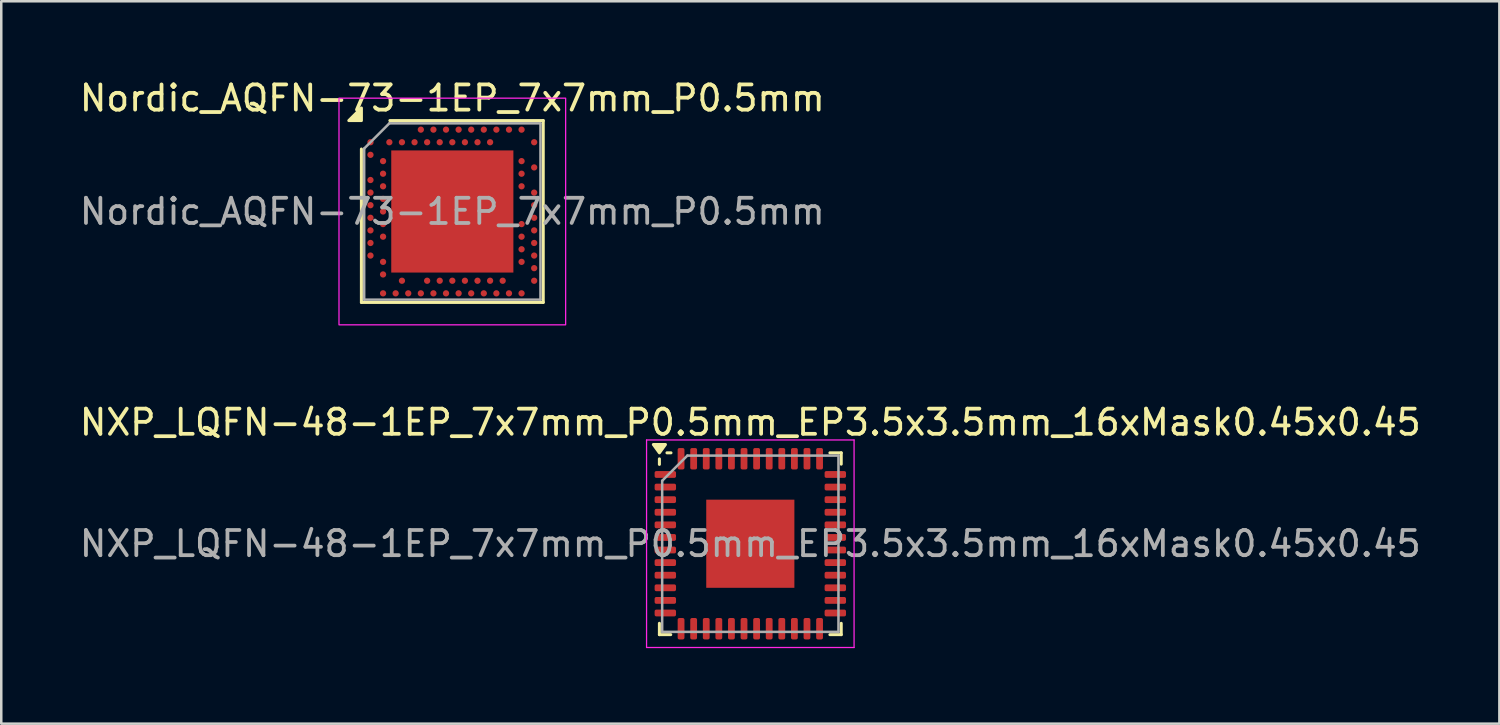
<source format=kicad_pcb>
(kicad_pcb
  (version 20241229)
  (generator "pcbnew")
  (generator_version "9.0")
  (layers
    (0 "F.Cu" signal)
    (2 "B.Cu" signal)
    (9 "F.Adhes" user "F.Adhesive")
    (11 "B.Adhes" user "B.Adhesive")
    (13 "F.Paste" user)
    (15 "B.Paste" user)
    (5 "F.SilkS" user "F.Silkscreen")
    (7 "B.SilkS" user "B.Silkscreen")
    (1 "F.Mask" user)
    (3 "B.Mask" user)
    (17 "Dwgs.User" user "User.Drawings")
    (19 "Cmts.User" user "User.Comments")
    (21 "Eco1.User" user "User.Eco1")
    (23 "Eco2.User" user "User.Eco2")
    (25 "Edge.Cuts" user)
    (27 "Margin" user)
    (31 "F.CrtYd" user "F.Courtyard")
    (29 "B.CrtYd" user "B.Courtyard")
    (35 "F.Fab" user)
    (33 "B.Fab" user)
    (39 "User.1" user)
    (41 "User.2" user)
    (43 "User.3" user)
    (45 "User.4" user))
  (footprint "Nordic_AQFN-73-1EP_7x7mm_P0.5mm"
    (layer "F.Cu")
    (at 14.911 5.348)
    (property "Reference" "Nordic_AQFN-73-1EP_7x7mm_P0.5mm" (at 0 -4.5 0) (layer "F.SilkS") (effects (font (size 1 1) (thickness 0.15))))
    (attr smd)
    (fp_line (start -3.61 -2.48) (end -3.61 3.61) (stroke (width 0.12) (type solid)) (layer "F.SilkS"))
    (fp_line (start -3.61 3.61) (end 3.61 3.61) (stroke (width 0.12) (type solid)) (layer "F.SilkS"))
    (fp_line (start 3.61 -3.61) (end -2.48 -3.61) (stroke (width 0.12) (type solid)) (layer "F.SilkS"))
    (fp_line (start 3.61 3.61) (end 3.61 -3.61) (stroke (width 0.12) (type solid)) (layer "F.SilkS"))
    (fp_poly (pts (xy -3.61 -3.61) (xy -4.11 -3.61) (xy -3.61 -4.11) (xy -3.61 -3.61)) (stroke (width 0.12) (type solid)) (fill yes) (layer "F.SilkS"))
    (fp_rect (start 4.5 -4.5) (end -4.5 4.5) (stroke (width 0.05) (type default)) (fill no) (layer "F.CrtYd"))
    (fp_line (start -3.5 -2.5) (end -3.5 3.5) (stroke (width 0.1) (type solid)) (layer "F.Fab"))
    (fp_line (start -3.5 -2.5) (end -2.5 -3.5) (stroke (width 0.1) (type default)) (layer "F.Fab"))
    (fp_line (start -3.5 3.5) (end 3.5 3.5) (stroke (width 0.1) (type solid)) (layer "F.Fab"))
    (fp_line (start -2.5 -3.5) (end 3.5 -3.5) (stroke (width 0.1) (type solid)) (layer "F.Fab"))
    (fp_line (start 3.5 -3.5) (end 3.5 3.5) (stroke (width 0.1) (type solid)) (layer "F.Fab"))
    (fp_text user "${REFERENCE}" (at 0 0 0) (layer "F.Fab") (effects (font (size 1 1) (thickness 0.15))))
    (pad "" smd rect (at -1.212 -1.212 180) (size 2 2) (layers "F.Paste"))
    (pad "" smd rect (at -1.212 1.212 180) (size 2 2) (layers "F.Paste"))
    (pad "" smd rect (at 1.212 -1.212 180) (size 2 2) (layers "F.Paste"))
    (pad "" smd rect (at 1.212 1.212 180) (size 2 2) (layers "F.Paste"))
    (pad "A8" smd circle (at -1.25 -3.25 180) (size 0.25 0.25) (property pad_prop_bga) (layers "F.Cu" "F.Mask" "F.Paste"))
    (pad "A10" smd circle (at -0.75 -3.25 180) (size 0.25 0.25) (property pad_prop_bga) (layers "F.Cu" "F.Mask" "F.Paste"))
    (pad "A12" smd circle (at -0.25 -3.25 180) (size 0.25 0.25) (property pad_prop_bga) (layers "F.Cu" "F.Mask" "F.Paste"))
    (pad "A14" smd circle (at 0.25 -3.25 180) (size 0.25 0.25) (property pad_prop_bga) (layers "F.Cu" "F.Mask" "F.Paste"))
    (pad "A16" smd circle (at 0.75 -3.25 180) (size 0.25 0.25) (property pad_prop_bga) (layers "F.Cu" "F.Mask" "F.Paste"))
    (pad "A18" smd circle (at 1.25 -3.25 180) (size 0.25 0.25) (property pad_prop_bga) (layers "F.Cu" "F.Mask" "F.Paste"))
    (pad "A20" smd circle (at 1.75 -3.25 180) (size 0.25 0.25) (property pad_prop_bga) (layers "F.Cu" "F.Mask" "F.Paste"))
    (pad "A22" smd circle (at 2.25 -3.25 180) (size 0.25 0.25) (property pad_prop_bga) (layers "F.Cu" "F.Mask" "F.Paste"))
    (pad "A23" smd circle (at 2.75 -3.25 180) (size 0.25 0.25) (property pad_prop_bga) (layers "F.Cu" "F.Mask" "F.Paste"))
    (pad "AA24" smd circle (at 3.25 2.25 180) (size 0.25 0.25) (property pad_prop_bga) (layers "F.Cu" "F.Mask" "F.Paste"))
    (pad "AB2" smd circle (at -2.75 2.5 180) (size 0.25 0.25) (property pad_prop_bga) (layers "F.Cu" "F.Mask" "F.Paste"))
    (pad "AC5" smd circle (at -2 2.75 180) (size 0.25 0.25) (property pad_prop_bga) (layers "F.Cu" "F.Mask" "F.Paste"))
    (pad "AC9" smd circle (at -1 2.75 180) (size 0.25 0.25) (property pad_prop_bga) (layers "F.Cu" "F.Mask" "F.Paste"))
    (pad "AC11" smd circle (at -0.5 2.75 180) (size 0.25 0.25) (property pad_prop_bga) (layers "F.Cu" "F.Mask" "F.Paste"))
    (pad "AC13" smd circle (at 0 2.75 180) (size 0.25 0.25) (property pad_prop_bga) (layers "F.Cu" "F.Mask" "F.Paste"))
    (pad "AC15" smd circle (at 0.5 2.75 180) (size 0.25 0.25) (property pad_prop_bga) (layers "F.Cu" "F.Mask" "F.Paste"))
    (pad "AC17" smd circle (at 1 2.75 180) (size 0.25 0.25) (property pad_prop_bga) (layers "F.Cu" "F.Mask" "F.Paste"))
    (pad "AC19" smd circle (at 1.5 2.75 180) (size 0.25 0.25) (property pad_prop_bga) (layers "F.Cu" "F.Mask" "F.Paste"))
    (pad "AC21" smd circle (at 2 2.75 180) (size 0.25 0.25) (property pad_prop_bga) (layers "F.Cu" "F.Mask" "F.Paste"))
    (pad "AC24" smd circle (at 3.25 2.75 180) (size 0.25 0.25) (property pad_prop_bga) (layers "F.Cu" "F.Mask" "F.Paste"))
    (pad "AD2" smd circle (at -2.75 3.25 180) (size 0.25 0.25) (property pad_prop_bga) (layers "F.Cu" "F.Mask" "F.Paste"))
    (pad "AD4" smd circle (at -2.25 3.25 180) (size 0.25 0.25) (property pad_prop_bga) (layers "F.Cu" "F.Mask" "F.Paste"))
    (pad "AD6" smd circle (at -1.75 3.25 180) (size 0.25 0.25) (property pad_prop_bga) (layers "F.Cu" "F.Mask" "F.Paste"))
    (pad "AD8" smd circle (at -1.25 3.25 180) (size 0.25 0.25) (property pad_prop_bga) (layers "F.Cu" "F.Mask" "F.Paste"))
    (pad "AD10" smd circle (at -0.75 3.25 180) (size 0.25 0.25) (property pad_prop_bga) (layers "F.Cu" "F.Mask" "F.Paste"))
    (pad "AD12" smd circle (at -0.25 3.25 180) (size 0.25 0.25) (property pad_prop_bga) (layers "F.Cu" "F.Mask" "F.Paste"))
    (pad "AD14" smd circle (at 0.25 3.25 180) (size 0.25 0.25) (property pad_prop_bga) (layers "F.Cu" "F.Mask" "F.Paste"))
    (pad "AD16" smd circle (at 0.75 3.25 180) (size 0.25 0.25) (property pad_prop_bga) (layers "F.Cu" "F.Mask" "F.Paste"))
    (pad "AD18" smd circle (at 1.25 3.25 180) (size 0.25 0.25) (property pad_prop_bga) (layers "F.Cu" "F.Mask" "F.Paste"))
    (pad "AD20" smd circle (at 1.75 3.25 180) (size 0.25 0.25) (property pad_prop_bga) (layers "F.Cu" "F.Mask" "F.Paste"))
    (pad "AD22" smd circle (at 2.25 3.25 180) (size 0.25 0.25) (property pad_prop_bga) (layers "F.Cu" "F.Mask" "F.Paste"))
    (pad "AD23" smd circle (at 2.75 3.25 180) (size 0.25 0.25) (property pad_prop_bga) (layers "F.Cu" "F.Mask" "F.Paste"))
    (pad "B1" smd circle (at -3.25 -2.75 180) (size 0.25 0.25) (property pad_prop_bga) (layers "F.Cu" "F.Mask" "F.Paste"))
    (pad "B3" smd circle (at -2.5 -2.75 180) (size 0.25 0.25) (property pad_prop_bga) (layers "F.Cu" "F.Mask" "F.Paste"))
    (pad "B5" smd circle (at -2 -2.75 180) (size 0.25 0.25) (property pad_prop_bga) (layers "F.Cu" "F.Mask" "F.Paste"))
    (pad "B7" smd circle (at -1.5 -2.75 180) (size 0.25 0.25) (property pad_prop_bga) (layers "F.Cu" "F.Mask" "F.Paste"))
    (pad "B9" smd circle (at -1 -2.75 180) (size 0.25 0.25) (property pad_prop_bga) (layers "F.Cu" "F.Mask" "F.Paste"))
    (pad "B11" smd circle (at -0.5 -2.75 180) (size 0.25 0.25) (property pad_prop_bga) (layers "F.Cu" "F.Mask" "F.Paste"))
    (pad "B13" smd circle (at 0 -2.75 180) (size 0.25 0.25) (property pad_prop_bga) (layers "F.Cu" "F.Mask" "F.Paste"))
    (pad "B15" smd circle (at 0.5 -2.75 180) (size 0.25 0.25) (property pad_prop_bga) (layers "F.Cu" "F.Mask" "F.Paste"))
    (pad "B17" smd circle (at 1 -2.75 180) (size 0.25 0.25) (property pad_prop_bga) (layers "F.Cu" "F.Mask" "F.Paste"))
    (pad "B19" smd circle (at 1.5 -2.75 180) (size 0.25 0.25) (property pad_prop_bga) (layers "F.Cu" "F.Mask" "F.Paste"))
    (pad "B24" smd circle (at 3.25 -2.75 180) (size 0.25 0.25) (property pad_prop_bga) (layers "F.Cu" "F.Mask" "F.Paste"))
    (pad "C1" smd circle (at -3.25 -2.25 180) (size 0.25 0.25) (property pad_prop_bga) (layers "F.Cu" "F.Mask" "F.Paste"))
    (pad "D2" smd circle (at -2.75 -2 180) (size 0.25 0.25) (property pad_prop_bga) (layers "F.Cu" "F.Mask" "F.Paste"))
    (pad "D23" smd circle (at 2.75 -2 180) (size 0.25 0.25) (property pad_prop_bga) (layers "F.Cu" "F.Mask" "F.Paste"))
    (pad "E24" smd circle (at 3.25 -1.75 180) (size 0.25 0.25) (property pad_prop_bga) (layers "F.Cu" "F.Mask" "F.Paste"))
    (pad "EP" smd rect (at 0 0 180) (size 4.85 4.85) (layers "F.Cu" "F.Mask"))
    (pad "F2" smd circle (at -2.75 -1.5 180) (size 0.25 0.25) (property pad_prop_bga) (layers "F.Cu" "F.Mask" "F.Paste"))
    (pad "F23" smd circle (at 2.75 -1.5 180) (size 0.25 0.25) (property pad_prop_bga) (layers "F.Cu" "F.Mask" "F.Paste"))
    (pad "G1" smd circle (at -3.25 -1.25 180) (size 0.25 0.25) (property pad_prop_bga) (layers "F.Cu" "F.Mask" "F.Paste"))
    (pad "H2" smd circle (at -2.75 -1 180) (size 0.25 0.25) (property pad_prop_bga) (layers "F.Cu" "F.Mask" "F.Paste"))
    (pad "H23" smd circle (at 2.75 -1 180) (size 0.25 0.25) (property pad_prop_bga) (layers "F.Cu" "F.Mask" "F.Paste"))
    (pad "J1" smd circle (at -3.25 -0.75 180) (size 0.25 0.25) (property pad_prop_bga) (layers "F.Cu" "F.Mask" "F.Paste"))
    (pad "J24" smd circle (at 3.25 -0.75 180) (size 0.25 0.25) (property pad_prop_bga) (layers "F.Cu" "F.Mask" "F.Paste"))
    (pad "K2" smd circle (at -2.75 -0.5 180) (size 0.25 0.25) (property pad_prop_bga) (layers "F.Cu" "F.Mask" "F.Paste"))
    (pad "L1" smd circle (at -3.25 -0.25 180) (size 0.25 0.25) (property pad_prop_bga) (layers "F.Cu" "F.Mask" "F.Paste"))
    (pad "L24" smd circle (at 3.25 -0.25 180) (size 0.25 0.25) (property pad_prop_bga) (layers "F.Cu" "F.Mask" "F.Paste"))
    (pad "M2" smd circle (at -2.75 0 180) (size 0.25 0.25) (property pad_prop_bga) (layers "F.Cu" "F.Mask" "F.Paste"))
    (pad "N1" smd circle (at -3.25 0.25 180) (size 0.25 0.25) (property pad_prop_bga) (layers "F.Cu" "F.Mask" "F.Paste"))
    (pad "N24" smd circle (at 3.25 0.25 180) (size 0.25 0.25) (property pad_prop_bga) (layers "F.Cu" "F.Mask" "F.Paste"))
    (pad "P2" smd circle (at -2.75 0.5 180) (size 0.25 0.25) (property pad_prop_bga) (layers "F.Cu" "F.Mask" "F.Paste"))
    (pad "P23" smd circle (at 2.75 0.5 180) (size 0.25 0.25) (property pad_prop_bga) (layers "F.Cu" "F.Mask" "F.Paste"))
    (pad "R1" smd circle (at -3.25 0.75 180) (size 0.25 0.25) (property pad_prop_bga) (layers "F.Cu" "F.Mask" "F.Paste"))
    (pad "R24" smd circle (at 3.25 0.75 180) (size 0.25 0.25) (property pad_prop_bga) (layers "F.Cu" "F.Mask" "F.Paste"))
    (pad "T2" smd circle (at -2.75 1 180) (size 0.25 0.25) (property pad_prop_bga) (layers "F.Cu" "F.Mask" "F.Paste"))
    (pad "T23" smd circle (at 2.75 1 180) (size 0.25 0.25) (property pad_prop_bga) (layers "F.Cu" "F.Mask" "F.Paste"))
    (pad "U1" smd circle (at -3.25 1.25 180) (size 0.25 0.25) (property pad_prop_bga) (layers "F.Cu" "F.Mask" "F.Paste"))
    (pad "U24" smd circle (at 3.25 1.25 180) (size 0.25 0.25) (property pad_prop_bga) (layers "F.Cu" "F.Mask" "F.Paste"))
    (pad "V23" smd circle (at 2.75 1.5 180) (size 0.25 0.25) (property pad_prop_bga) (layers "F.Cu" "F.Mask" "F.Paste"))
    (pad "W1" smd circle (at -3.25 1.75 180) (size 0.25 0.25) (property pad_prop_bga) (layers "F.Cu" "F.Mask" "F.Paste"))
    (pad "W24" smd circle (at 3.25 1.75 180) (size 0.25 0.25) (property pad_prop_bga) (layers "F.Cu" "F.Mask" "F.Paste"))
    (pad "Y2" smd circle (at -2.75 2 180) (size 0.25 0.25) (property pad_prop_bga) (layers "F.Cu" "F.Mask" "F.Paste"))
    (pad "Y23" smd circle (at 2.75 2 180) (size 0.25 0.25) (property pad_prop_bga) (layers "F.Cu" "F.Mask" "F.Paste")))
  (footprint "NXP_LQFN-48-1EP_7x7mm_P0.5mm_EP3.5x3.5mm_16xMask0.45x0.45"
    (layer "F.Cu")
    (at 26.744 18.541)
    (property "Reference" "NXP_LQFN-48-1EP_7x7mm_P0.5mm_EP3.5x3.5mm_16xMask0.45x0.45" (at 0 -4.82 0) (layer "F.SilkS") (effects (font (size 1 1) (thickness 0.15))))
    (attr smd)
    (fp_line (start -3.61 -3.37) (end -3.61 -3.15) (stroke (width 0.12) (type solid)) (layer "F.SilkS"))
    (fp_line (start -3.61 3.61) (end -3.61 3.16) (stroke (width 0.12) (type solid)) (layer "F.SilkS"))
    (fp_line (start -3.16 3.61) (end -3.61 3.61) (stroke (width 0.12) (type solid)) (layer "F.SilkS"))
    (fp_line (start -3.15 -3.61) (end -3.31 -3.61) (stroke (width 0.12) (type solid)) (layer "F.SilkS"))
    (fp_line (start 3.16 -3.61) (end 3.61 -3.61) (stroke (width 0.12) (type solid)) (layer "F.SilkS"))
    (fp_line (start 3.16 3.61) (end 3.61 3.61) (stroke (width 0.12) (type solid)) (layer "F.SilkS"))
    (fp_line (start 3.61 -3.61) (end 3.61 -3.16) (stroke (width 0.12) (type solid)) (layer "F.SilkS"))
    (fp_line (start 3.61 3.61) (end 3.61 3.16) (stroke (width 0.12) (type solid)) (layer "F.SilkS"))
    (fp_poly (pts (xy -3.61 -3.61) (xy -3.85 -3.94) (xy -3.37 -3.94) (xy -3.61 -3.61)) (stroke (width 0.12) (type solid)) (fill yes) (layer "F.SilkS"))
    (fp_line (start -4.12 -4.12) (end -4.12 4.12) (stroke (width 0.05) (type solid)) (layer "F.CrtYd"))
    (fp_line (start -4.12 4.12) (end 4.12 4.12) (stroke (width 0.05) (type solid)) (layer "F.CrtYd"))
    (fp_line (start 4.12 -4.12) (end -4.12 -4.12) (stroke (width 0.05) (type solid)) (layer "F.CrtYd"))
    (fp_line (start 4.12 4.12) (end 4.12 -4.12) (stroke (width 0.05) (type solid)) (layer "F.CrtYd"))
    (fp_line (start -3.5 -2.5) (end -2.5 -3.5) (stroke (width 0.1) (type solid)) (layer "F.Fab"))
    (fp_line (start -3.5 3.5) (end -3.5 -2.5) (stroke (width 0.1) (type solid)) (layer "F.Fab"))
    (fp_line (start -2.5 -3.5) (end 3.5 -3.5) (stroke (width 0.1) (type solid)) (layer "F.Fab"))
    (fp_line (start 3.5 -3.5) (end 3.5 3.5) (stroke (width 0.1) (type solid)) (layer "F.Fab"))
    (fp_line (start 3.5 3.5) (end -3.5 3.5) (stroke (width 0.1) (type solid)) (layer "F.Fab"))
    (fp_text user "${REFERENCE}" (at 0 0 0) (layer "F.Fab") (effects (font (size 1 1) (thickness 0.15))))
    (pad "" smd rect (at -1.5 -1.5) (size 0.45 0.45) (layers "F.Mask" "F.Paste"))
    (pad "" smd rect (at -1.5 -0.5) (size 0.45 0.45) (layers "F.Mask" "F.Paste"))
    (pad "" smd rect (at -1.5 0.5) (size 0.45 0.45) (layers "F.Mask" "F.Paste"))
    (pad "" smd rect (at -1.5 1.5) (size 0.45 0.45) (layers "F.Mask" "F.Paste"))
    (pad "" smd rect (at -0.5 -1.5) (size 0.45 0.45) (layers "F.Mask" "F.Paste"))
    (pad "" smd rect (at -0.5 -0.5) (size 0.45 0.45) (layers "F.Mask" "F.Paste"))
    (pad "" smd rect (at -0.5 0.5) (size 0.45 0.45) (layers "F.Mask" "F.Paste"))
    (pad "" smd rect (at -0.5 1.5) (size 0.45 0.45) (layers "F.Mask" "F.Paste"))
    (pad "" smd rect (at 0.5 -1.5) (size 0.45 0.45) (layers "F.Mask" "F.Paste"))
    (pad "" smd rect (at 0.5 -0.5) (size 0.45 0.45) (layers "F.Mask" "F.Paste"))
    (pad "" smd rect (at 0.5 0.5) (size 0.45 0.45) (layers "F.Mask" "F.Paste"))
    (pad "" smd rect (at 0.5 1.5) (size 0.45 0.45) (layers "F.Mask" "F.Paste"))
    (pad "" smd rect (at 1.5 -1.5) (size 0.45 0.45) (layers "F.Mask" "F.Paste"))
    (pad "" smd rect (at 1.5 -0.5) (size 0.45 0.45) (layers "F.Mask" "F.Paste"))
    (pad "" smd rect (at 1.5 0.5) (size 0.45 0.45) (layers "F.Mask" "F.Paste"))
    (pad "" smd rect (at 1.5 1.5) (size 0.45 0.45) (layers "F.Mask" "F.Paste"))
    (pad "1" smd roundrect (at -3.375 -2.75) (size 0.85 0.27) (layers "F.Cu" "F.Mask" "F.Paste") (roundrect_rratio 0.25))
    (pad "2" smd roundrect (at -3.375 -2.25) (size 0.85 0.27) (layers "F.Cu" "F.Mask" "F.Paste") (roundrect_rratio 0.25))
    (pad "3" smd roundrect (at -3.375 -1.75) (size 0.85 0.27) (layers "F.Cu" "F.Mask" "F.Paste") (roundrect_rratio 0.25))
    (pad "4" smd roundrect (at -3.375 -1.25) (size 0.85 0.27) (layers "F.Cu" "F.Mask" "F.Paste") (roundrect_rratio 0.25))
    (pad "5" smd roundrect (at -3.375 -0.75) (size 0.85 0.27) (layers "F.Cu" "F.Mask" "F.Paste") (roundrect_rratio 0.25))
    (pad "6" smd roundrect (at -3.375 -0.25) (size 0.85 0.27) (layers "F.Cu" "F.Mask" "F.Paste") (roundrect_rratio 0.25))
    (pad "7" smd roundrect (at -3.375 0.25) (size 0.85 0.27) (layers "F.Cu" "F.Mask" "F.Paste") (roundrect_rratio 0.25))
    (pad "8" smd roundrect (at -3.375 0.75) (size 0.85 0.27) (layers "F.Cu" "F.Mask" "F.Paste") (roundrect_rratio 0.25))
    (pad "9" smd roundrect (at -3.375 1.25) (size 0.85 0.27) (layers "F.Cu" "F.Mask" "F.Paste") (roundrect_rratio 0.25))
    (pad "10" smd roundrect (at -3.375 1.75) (size 0.85 0.27) (layers "F.Cu" "F.Mask" "F.Paste") (roundrect_rratio 0.25))
    (pad "11" smd roundrect (at -3.375 2.25) (size 0.85 0.27) (layers "F.Cu" "F.Mask" "F.Paste") (roundrect_rratio 0.25))
    (pad "12" smd roundrect (at -3.375 2.75) (size 0.85 0.27) (layers "F.Cu" "F.Mask" "F.Paste") (roundrect_rratio 0.25))
    (pad "13" smd roundrect (at -2.75 3.375) (size 0.27 0.85) (layers "F.Cu" "F.Mask" "F.Paste") (roundrect_rratio 0.25))
    (pad "14" smd roundrect (at -2.25 3.375) (size 0.27 0.85) (layers "F.Cu" "F.Mask" "F.Paste") (roundrect_rratio 0.25))
    (pad "15" smd roundrect (at -1.75 3.375) (size 0.27 0.85) (layers "F.Cu" "F.Mask" "F.Paste") (roundrect_rratio 0.25))
    (pad "16" smd roundrect (at -1.25 3.375) (size 0.27 0.85) (layers "F.Cu" "F.Mask" "F.Paste") (roundrect_rratio 0.25))
    (pad "17" smd roundrect (at -0.75 3.375) (size 0.27 0.85) (layers "F.Cu" "F.Mask" "F.Paste") (roundrect_rratio 0.25))
    (pad "18" smd roundrect (at -0.25 3.375) (size 0.27 0.85) (layers "F.Cu" "F.Mask" "F.Paste") (roundrect_rratio 0.25))
    (pad "19" smd roundrect (at 0.25 3.375) (size 0.27 0.85) (layers "F.Cu" "F.Mask" "F.Paste") (roundrect_rratio 0.25))
    (pad "20" smd roundrect (at 0.75 3.375) (size 0.27 0.85) (layers "F.Cu" "F.Mask" "F.Paste") (roundrect_rratio 0.25))
    (pad "21" smd roundrect (at 1.25 3.375) (size 0.27 0.85) (layers "F.Cu" "F.Mask" "F.Paste") (roundrect_rratio 0.25))
    (pad "22" smd roundrect (at 1.75 3.375) (size 0.27 0.85) (layers "F.Cu" "F.Mask" "F.Paste") (roundrect_rratio 0.25))
    (pad "23" smd roundrect (at 2.25 3.375) (size 0.27 0.85) (layers "F.Cu" "F.Mask" "F.Paste") (roundrect_rratio 0.25))
    (pad "24" smd roundrect (at 2.75 3.375) (size 0.27 0.85) (layers "F.Cu" "F.Mask" "F.Paste") (roundrect_rratio 0.25))
    (pad "25" smd roundrect (at 3.375 2.75) (size 0.85 0.27) (layers "F.Cu" "F.Mask" "F.Paste") (roundrect_rratio 0.25))
    (pad "26" smd roundrect (at 3.375 2.25) (size 0.85 0.27) (layers "F.Cu" "F.Mask" "F.Paste") (roundrect_rratio 0.25))
    (pad "27" smd roundrect (at 3.375 1.75) (size 0.85 0.27) (layers "F.Cu" "F.Mask" "F.Paste") (roundrect_rratio 0.25))
    (pad "28" smd roundrect (at 3.375 1.25) (size 0.85 0.27) (layers "F.Cu" "F.Mask" "F.Paste") (roundrect_rratio 0.25))
    (pad "29" smd roundrect (at 3.375 0.75) (size 0.85 0.27) (layers "F.Cu" "F.Mask" "F.Paste") (roundrect_rratio 0.25))
    (pad "30" smd roundrect (at 3.375 0.25) (size 0.85 0.27) (layers "F.Cu" "F.Mask" "F.Paste") (roundrect_rratio 0.25))
    (pad "31" smd roundrect (at 3.375 -0.25) (size 0.85 0.27) (layers "F.Cu" "F.Mask" "F.Paste") (roundrect_rratio 0.25))
    (pad "32" smd roundrect (at 3.375 -0.75) (size 0.85 0.27) (layers "F.Cu" "F.Mask" "F.Paste") (roundrect_rratio 0.25))
    (pad "33" smd roundrect (at 3.375 -1.25) (size 0.85 0.27) (layers "F.Cu" "F.Mask" "F.Paste") (roundrect_rratio 0.25))
    (pad "34" smd roundrect (at 3.375 -1.75) (size 0.85 0.27) (layers "F.Cu" "F.Mask" "F.Paste") (roundrect_rratio 0.25))
    (pad "35" smd roundrect (at 3.375 -2.25) (size 0.85 0.27) (layers "F.Cu" "F.Mask" "F.Paste") (roundrect_rratio 0.25))
    (pad "36" smd roundrect (at 3.375 -2.75) (size 0.85 0.27) (layers "F.Cu" "F.Mask" "F.Paste") (roundrect_rratio 0.25))
    (pad "37" smd roundrect (at 2.75 -3.375) (size 0.27 0.85) (layers "F.Cu" "F.Mask" "F.Paste") (roundrect_rratio 0.25))
    (pad "38" smd roundrect (at 2.25 -3.375) (size 0.27 0.85) (layers "F.Cu" "F.Mask" "F.Paste") (roundrect_rratio 0.25))
    (pad "39" smd roundrect (at 1.75 -3.375) (size 0.27 0.85) (layers "F.Cu" "F.Mask" "F.Paste") (roundrect_rratio 0.25))
    (pad "40" smd roundrect (at 1.25 -3.375) (size 0.27 0.85) (layers "F.Cu" "F.Mask" "F.Paste") (roundrect_rratio 0.25))
    (pad "41" smd roundrect (at 0.75 -3.375) (size 0.27 0.85) (layers "F.Cu" "F.Mask" "F.Paste") (roundrect_rratio 0.25))
    (pad "42" smd roundrect (at 0.25 -3.375) (size 0.27 0.85) (layers "F.Cu" "F.Mask" "F.Paste") (roundrect_rratio 0.25))
    (pad "43" smd roundrect (at -0.25 -3.375) (size 0.27 0.85) (layers "F.Cu" "F.Mask" "F.Paste") (roundrect_rratio 0.25))
    (pad "44" smd roundrect (at -0.75 -3.375) (size 0.27 0.85) (layers "F.Cu" "F.Mask" "F.Paste") (roundrect_rratio 0.25))
    (pad "45" smd roundrect (at -1.25 -3.375) (size 0.27 0.85) (layers "F.Cu" "F.Mask" "F.Paste") (roundrect_rratio 0.25))
    (pad "46" smd roundrect (at -1.75 -3.375) (size 0.27 0.85) (layers "F.Cu" "F.Mask" "F.Paste") (roundrect_rratio 0.25))
    (pad "47" smd roundrect (at -2.25 -3.375) (size 0.27 0.85) (layers "F.Cu" "F.Mask" "F.Paste") (roundrect_rratio 0.25))
    (pad "48" smd roundrect (at -2.75 -3.375) (size 0.27 0.85) (layers "F.Cu" "F.Mask" "F.Paste") (roundrect_rratio 0.25))
    (pad "49" smd rect (at 0 0) (size 3.5 3.5) (layers "F.Cu")))
  (gr_rect
    (start -3 -3)
    (end 56.488 25.686)
    (stroke (width 0.1) (type default))
    (fill no)
    (layer "Edge.Cuts")))
</source>
